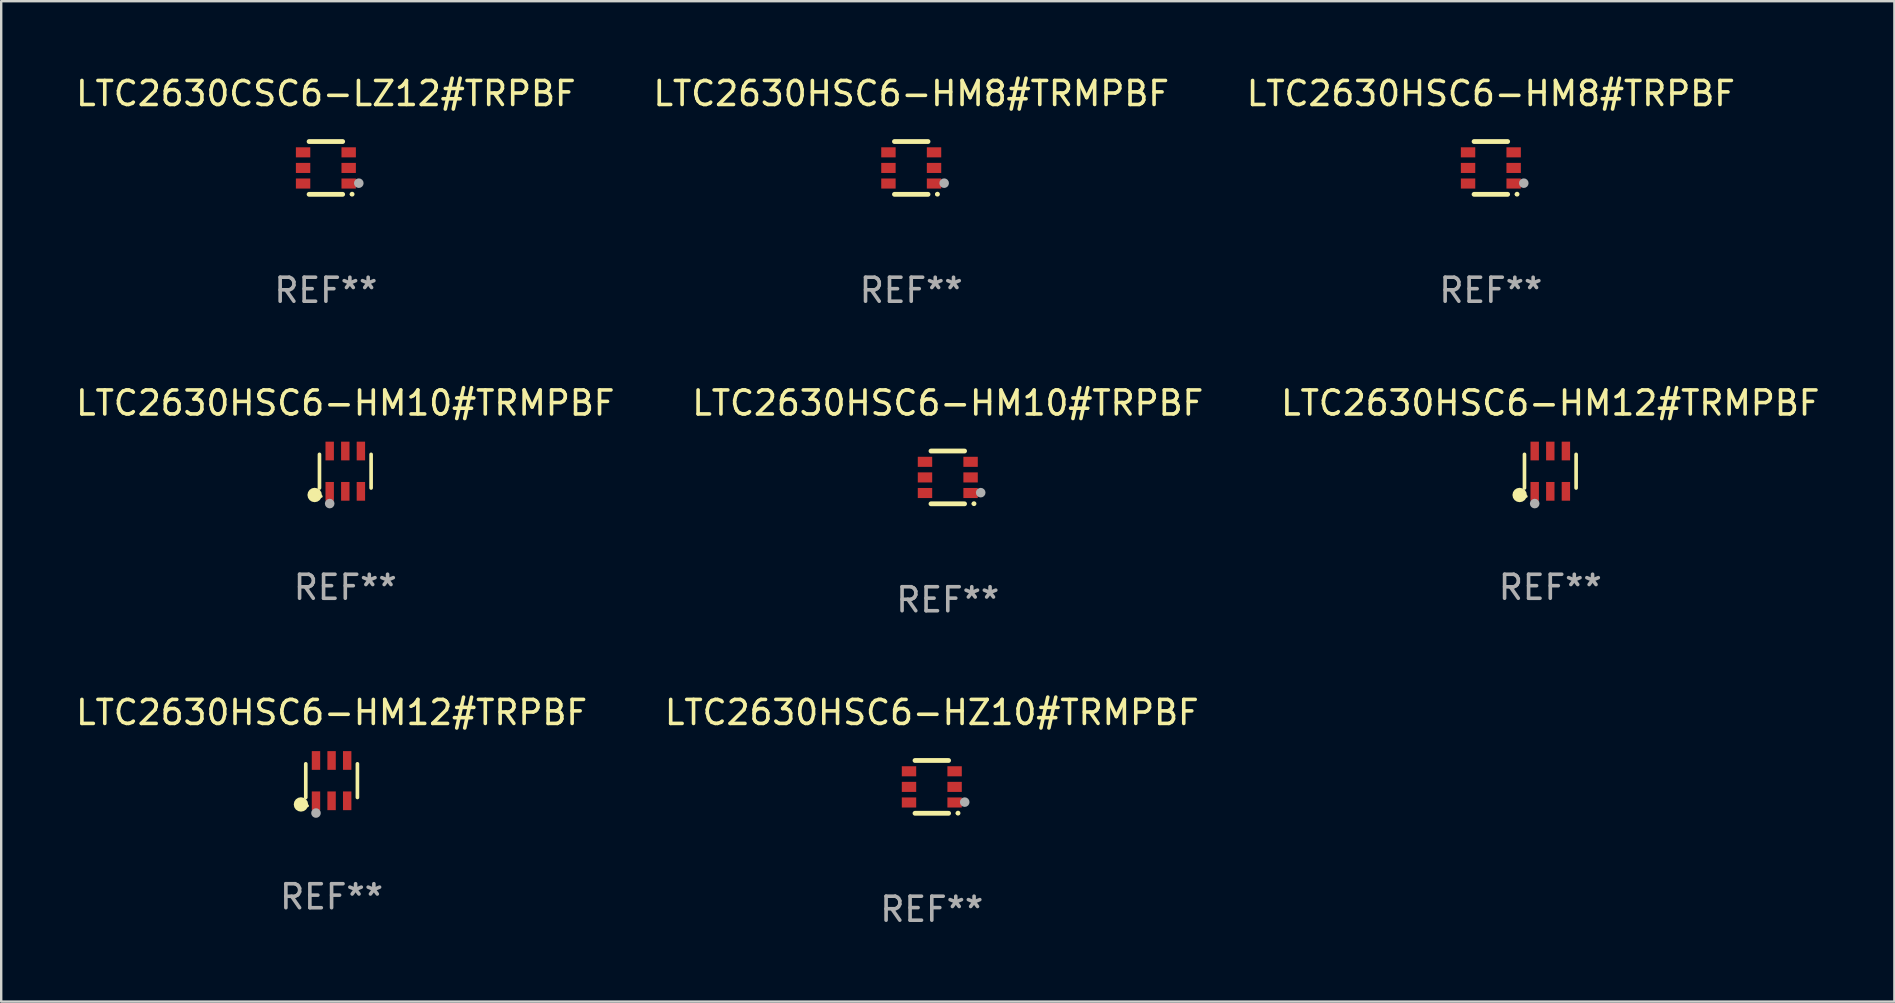
<source format=kicad_pcb>
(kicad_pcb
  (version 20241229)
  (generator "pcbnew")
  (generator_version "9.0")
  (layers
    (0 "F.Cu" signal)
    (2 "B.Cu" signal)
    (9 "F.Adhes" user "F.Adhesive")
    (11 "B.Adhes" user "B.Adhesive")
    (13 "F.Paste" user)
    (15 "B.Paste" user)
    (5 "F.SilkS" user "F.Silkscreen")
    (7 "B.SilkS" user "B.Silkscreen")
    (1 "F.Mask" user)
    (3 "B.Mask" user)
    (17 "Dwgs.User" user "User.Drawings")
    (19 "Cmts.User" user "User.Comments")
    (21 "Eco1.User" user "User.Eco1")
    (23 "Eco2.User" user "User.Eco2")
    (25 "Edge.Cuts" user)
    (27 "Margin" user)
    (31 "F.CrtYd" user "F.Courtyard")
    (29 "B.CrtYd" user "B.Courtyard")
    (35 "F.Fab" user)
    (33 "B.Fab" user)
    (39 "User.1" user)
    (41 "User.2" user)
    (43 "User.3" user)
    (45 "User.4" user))
  (footprint "LTC2630HSC6-HM12#TRMPBF"
    (layer "F.Cu")
    (at 61.554 16.585)
    (property "Reference" "LTC2630HSC6-HM12#TRMPBF" (at 0 -2.84 0) (layer "F.SilkS") (effects (font (size 1 1) (thickness 0.15))))
    (attr through_hole)
    (fp_line (start -1.076 0.701) (end -1.076 -0.701) (stroke (width 0.152) (type solid)) (layer "F.SilkS"))
    (fp_line (start 1.076 0.701) (end 1.076 -0.701) (stroke (width 0.152) (type solid)) (layer "F.SilkS"))
    (fp_circle (center -1.277 0.992) (end -1.127 0.992) (stroke (width 0.3) (type solid)) (fill no) (layer "F.SilkS"))
    (fp_circle (center -1 1.05) (end -0.97 1.05) (stroke (width 0.06) (type solid)) (fill no) (layer "F.SilkS"))
    (fp_circle (center -0.65 1.35) (end -0.55 1.35) (stroke (width 0.2) (type solid)) (fill no) (layer "F.Fab"))
    (fp_text user "REF**" (at 0 4.84 0) (layer "F.Fab") (effects (font (size 1 1) (thickness 0.15))))
    (pad "1" smd rect (at -0.65 0.84) (size 0.35 0.78) (layers "F.Cu" "F.Mask" "F.Paste"))
    (pad "2" smd rect (at 0 0.84) (size 0.35 0.78) (layers "F.Cu" "F.Mask" "F.Paste"))
    (pad "3" smd rect (at 0.65 0.84) (size 0.35 0.78) (layers "F.Cu" "F.Mask" "F.Paste"))
    (pad "4" smd rect (at 0.65 -0.84) (size 0.35 0.78) (layers "F.Cu" "F.Mask" "F.Paste"))
    (pad "5" smd rect (at 0 -0.84) (size 0.35 0.78) (layers "F.Cu" "F.Mask" "F.Paste"))
    (pad "6" smd rect (at -0.65 -0.84) (size 0.35 0.78) (layers "F.Cu" "F.Mask" "F.Paste")))
  (footprint "LTC2630HSC6-HM12#TRPBF"
    (layer "F.Cu")
    (at 10.768 29.481)
    (property "Reference" "LTC2630HSC6-HM12#TRPBF" (at 0 -2.84 0) (layer "F.SilkS") (effects (font (size 1 1) (thickness 0.15))))
    (attr through_hole)
    (fp_line (start -1.076 0.701) (end -1.076 -0.701) (stroke (width 0.152) (type solid)) (layer "F.SilkS"))
    (fp_line (start 1.076 0.701) (end 1.076 -0.701) (stroke (width 0.152) (type solid)) (layer "F.SilkS"))
    (fp_circle (center -1.277 0.992) (end -1.127 0.992) (stroke (width 0.3) (type solid)) (fill no) (layer "F.SilkS"))
    (fp_circle (center -1 1.05) (end -0.97 1.05) (stroke (width 0.06) (type solid)) (fill no) (layer "F.SilkS"))
    (fp_circle (center -0.65 1.35) (end -0.55 1.35) (stroke (width 0.2) (type solid)) (fill no) (layer "F.Fab"))
    (fp_text user "REF**" (at 0 4.84 0) (layer "F.Fab") (effects (font (size 1 1) (thickness 0.15))))
    (pad "1" smd rect (at -0.65 0.84) (size 0.35 0.78) (layers "F.Cu" "F.Mask" "F.Paste"))
    (pad "2" smd rect (at 0 0.84) (size 0.35 0.78) (layers "F.Cu" "F.Mask" "F.Paste"))
    (pad "3" smd rect (at 0.65 0.84) (size 0.35 0.78) (layers "F.Cu" "F.Mask" "F.Paste"))
    (pad "4" smd rect (at 0.65 -0.84) (size 0.35 0.78) (layers "F.Cu" "F.Mask" "F.Paste"))
    (pad "5" smd rect (at 0 -0.84) (size 0.35 0.78) (layers "F.Cu" "F.Mask" "F.Paste"))
    (pad "6" smd rect (at -0.65 -0.84) (size 0.35 0.78) (layers "F.Cu" "F.Mask" "F.Paste")))
  (footprint "LTC2630HSC6-HM8#TRPBF"
    (layer "F.Cu")
    (at 59.077 3.948)
    (property "Reference" "LTC2630HSC6-HM8#TRPBF" (at 0 -3.1 0) (layer "F.SilkS") (effects (font (size 1 1) (thickness 0.15))))
    (attr through_hole)
    (fp_line (start -0.7 -1.1) (end 0.7 -1.1) (stroke (width 0.2) (type solid)) (layer "F.SilkS"))
    (fp_line (start -0.7 1.1) (end 0.7 1.1) (stroke (width 0.2) (type solid)) (layer "F.SilkS"))
    (fp_arc (start 1.090932 1.094209) (mid 1.092202 1.094203) (end 1.093472 1.094209) (stroke (width 0.2) (type solid)) (layer "F.SilkS"))
    (fp_circle (center 1.053 1.1) (end 1.083 1.1) (stroke (width 0.06) (type solid)) (fill no) (layer "F.SilkS"))
    (fp_circle (center 1.372 0.635) (end 1.472 0.635) (stroke (width 0.2) (type solid)) (fill no) (layer "F.Fab"))
    (fp_text user "REF**" (at 0 5.1 0) (layer "F.Fab") (effects (font (size 1 1) (thickness 0.15))))
    (pad "1" smd rect (at 0.95 0.65 90) (size 0.42 0.6) (layers "F.Cu" "F.Mask" "F.Paste"))
    (pad "2" smd rect (at 0.95 0 90) (size 0.42 0.6) (layers "F.Cu" "F.Mask" "F.Paste"))
    (pad "3" smd rect (at 0.95 -0.65 90) (size 0.42 0.6) (layers "F.Cu" "F.Mask" "F.Paste"))
    (pad "4" smd rect (at -0.95 -0.65 270) (size 0.42 0.6) (layers "F.Cu" "F.Mask" "F.Paste"))
    (pad "5" smd rect (at -0.95 0 270) (size 0.42 0.6) (layers "F.Cu" "F.Mask" "F.Paste"))
    (pad "6" smd rect (at -0.95 0.65 270) (size 0.42 0.6) (layers "F.Cu" "F.Mask" "F.Paste")))
  (footprint "LTC2630HSC6-HM8#TRMPBF"
    (layer "F.Cu")
    (at 34.923 3.948)
    (property "Reference" "LTC2630HSC6-HM8#TRMPBF" (at 0 -3.1 0) (layer "F.SilkS") (effects (font (size 1 1) (thickness 0.15))))
    (attr through_hole)
    (fp_line (start -0.7 -1.1) (end 0.7 -1.1) (stroke (width 0.2) (type solid)) (layer "F.SilkS"))
    (fp_line (start -0.7 1.1) (end 0.7 1.1) (stroke (width 0.2) (type solid)) (layer "F.SilkS"))
    (fp_arc (start 1.090932 1.094209) (mid 1.092202 1.094203) (end 1.093472 1.094209) (stroke (width 0.2) (type solid)) (layer "F.SilkS"))
    (fp_circle (center 1.053 1.1) (end 1.083 1.1) (stroke (width 0.06) (type solid)) (fill no) (layer "F.SilkS"))
    (fp_circle (center 1.372 0.635) (end 1.472 0.635) (stroke (width 0.2) (type solid)) (fill no) (layer "F.Fab"))
    (fp_text user "REF**" (at 0 5.1 0) (layer "F.Fab") (effects (font (size 1 1) (thickness 0.15))))
    (pad "1" smd rect (at 0.95 0.65 90) (size 0.42 0.6) (layers "F.Cu" "F.Mask" "F.Paste"))
    (pad "2" smd rect (at 0.95 0 90) (size 0.42 0.6) (layers "F.Cu" "F.Mask" "F.Paste"))
    (pad "3" smd rect (at 0.95 -0.65 90) (size 0.42 0.6) (layers "F.Cu" "F.Mask" "F.Paste"))
    (pad "4" smd rect (at -0.95 -0.65 270) (size 0.42 0.6) (layers "F.Cu" "F.Mask" "F.Paste"))
    (pad "5" smd rect (at -0.95 0 270) (size 0.42 0.6) (layers "F.Cu" "F.Mask" "F.Paste"))
    (pad "6" smd rect (at -0.95 0.65 270) (size 0.42 0.6) (layers "F.Cu" "F.Mask" "F.Paste")))
  (footprint "LTC2630HSC6-HM10#TRPBF"
    (layer "F.Cu")
    (at 36.446 16.845)
    (property "Reference" "LTC2630HSC6-HM10#TRPBF" (at 0 -3.1 0) (layer "F.SilkS") (effects (font (size 1 1) (thickness 0.15))))
    (attr through_hole)
    (fp_line (start -0.7 -1.1) (end 0.7 -1.1) (stroke (width 0.2) (type solid)) (layer "F.SilkS"))
    (fp_line (start -0.7 1.1) (end 0.7 1.1) (stroke (width 0.2) (type solid)) (layer "F.SilkS"))
    (fp_arc (start 1.090932 1.094209) (mid 1.092202 1.094203) (end 1.093472 1.094209) (stroke (width 0.2) (type solid)) (layer "F.SilkS"))
    (fp_circle (center 1.053 1.1) (end 1.083 1.1) (stroke (width 0.06) (type solid)) (fill no) (layer "F.SilkS"))
    (fp_circle (center 1.372 0.635) (end 1.472 0.635) (stroke (width 0.2) (type solid)) (fill no) (layer "F.Fab"))
    (fp_text user "REF**" (at 0 5.1 0) (layer "F.Fab") (effects (font (size 1 1) (thickness 0.15))))
    (pad "1" smd rect (at 0.95 0.65 90) (size 0.42 0.6) (layers "F.Cu" "F.Mask" "F.Paste"))
    (pad "2" smd rect (at 0.95 0 90) (size 0.42 0.6) (layers "F.Cu" "F.Mask" "F.Paste"))
    (pad "3" smd rect (at 0.95 -0.65 90) (size 0.42 0.6) (layers "F.Cu" "F.Mask" "F.Paste"))
    (pad "4" smd rect (at -0.95 -0.65 270) (size 0.42 0.6) (layers "F.Cu" "F.Mask" "F.Paste"))
    (pad "5" smd rect (at -0.95 0 270) (size 0.42 0.6) (layers "F.Cu" "F.Mask" "F.Paste"))
    (pad "6" smd rect (at -0.95 0.65 270) (size 0.42 0.6) (layers "F.Cu" "F.Mask" "F.Paste")))
  (footprint "LTC2630HSC6-HZ10#TRMPBF"
    (layer "F.Cu")
    (at 35.78 29.741)
    (property "Reference" "LTC2630HSC6-HZ10#TRMPBF" (at 0 -3.1 0) (layer "F.SilkS") (effects (font (size 1 1) (thickness 0.15))))
    (attr through_hole)
    (fp_line (start -0.7 -1.1) (end 0.7 -1.1) (stroke (width 0.2) (type solid)) (layer "F.SilkS"))
    (fp_line (start -0.7 1.1) (end 0.7 1.1) (stroke (width 0.2) (type solid)) (layer "F.SilkS"))
    (fp_arc (start 1.090932 1.094209) (mid 1.092202 1.094203) (end 1.093472 1.094209) (stroke (width 0.2) (type solid)) (layer "F.SilkS"))
    (fp_circle (center 1.053 1.1) (end 1.083 1.1) (stroke (width 0.06) (type solid)) (fill no) (layer "F.SilkS"))
    (fp_circle (center 1.372 0.635) (end 1.472 0.635) (stroke (width 0.2) (type solid)) (fill no) (layer "F.Fab"))
    (fp_text user "REF**" (at 0 5.1 0) (layer "F.Fab") (effects (font (size 1 1) (thickness 0.15))))
    (pad "1" smd rect (at 0.95 0.65 90) (size 0.42 0.6) (layers "F.Cu" "F.Mask" "F.Paste"))
    (pad "2" smd rect (at 0.95 0 90) (size 0.42 0.6) (layers "F.Cu" "F.Mask" "F.Paste"))
    (pad "3" smd rect (at 0.95 -0.65 90) (size 0.42 0.6) (layers "F.Cu" "F.Mask" "F.Paste"))
    (pad "4" smd rect (at -0.95 -0.65 270) (size 0.42 0.6) (layers "F.Cu" "F.Mask" "F.Paste"))
    (pad "5" smd rect (at -0.95 0 270) (size 0.42 0.6) (layers "F.Cu" "F.Mask" "F.Paste"))
    (pad "6" smd rect (at -0.95 0.65 270) (size 0.42 0.6) (layers "F.Cu" "F.Mask" "F.Paste")))
  (footprint "LTC2630CSC6-LZ12#TRPBF"
    (layer "F.Cu")
    (at 10.53 3.948)
    (property "Reference" "LTC2630CSC6-LZ12#TRPBF" (at 0 -3.1 0) (layer "F.SilkS") (effects (font (size 1 1) (thickness 0.15))))
    (attr through_hole)
    (fp_line (start -0.7 -1.1) (end 0.7 -1.1) (stroke (width 0.2) (type solid)) (layer "F.SilkS"))
    (fp_line (start -0.7 1.1) (end 0.7 1.1) (stroke (width 0.2) (type solid)) (layer "F.SilkS"))
    (fp_arc (start 1.090932 1.094209) (mid 1.092202 1.094203) (end 1.093472 1.094209) (stroke (width 0.2) (type solid)) (layer "F.SilkS"))
    (fp_circle (center 1.053 1.1) (end 1.083 1.1) (stroke (width 0.06) (type solid)) (fill no) (layer "F.SilkS"))
    (fp_circle (center 1.372 0.635) (end 1.472 0.635) (stroke (width 0.2) (type solid)) (fill no) (layer "F.Fab"))
    (fp_text user "REF**" (at 0 5.1 0) (layer "F.Fab") (effects (font (size 1 1) (thickness 0.15))))
    (pad "1" smd rect (at 0.95 0.65 90) (size 0.42 0.6) (layers "F.Cu" "F.Mask" "F.Paste"))
    (pad "2" smd rect (at 0.95 0 90) (size 0.42 0.6) (layers "F.Cu" "F.Mask" "F.Paste"))
    (pad "3" smd rect (at 0.95 -0.65 90) (size 0.42 0.6) (layers "F.Cu" "F.Mask" "F.Paste"))
    (pad "4" smd rect (at -0.95 -0.65 270) (size 0.42 0.6) (layers "F.Cu" "F.Mask" "F.Paste"))
    (pad "5" smd rect (at -0.95 0 270) (size 0.42 0.6) (layers "F.Cu" "F.Mask" "F.Paste"))
    (pad "6" smd rect (at -0.95 0.65 270) (size 0.42 0.6) (layers "F.Cu" "F.Mask" "F.Paste")))
  (footprint "LTC2630HSC6-HM10#TRMPBF"
    (layer "F.Cu")
    (at 11.339 16.585)
    (property "Reference" "LTC2630HSC6-HM10#TRMPBF" (at 0 -2.84 0) (layer "F.SilkS") (effects (font (size 1 1) (thickness 0.15))))
    (attr through_hole)
    (fp_line (start -1.076 0.701) (end -1.076 -0.701) (stroke (width 0.152) (type solid)) (layer "F.SilkS"))
    (fp_line (start 1.076 0.701) (end 1.076 -0.701) (stroke (width 0.152) (type solid)) (layer "F.SilkS"))
    (fp_circle (center -1.277 0.992) (end -1.127 0.992) (stroke (width 0.3) (type solid)) (fill no) (layer "F.SilkS"))
    (fp_circle (center -1 1.05) (end -0.97 1.05) (stroke (width 0.06) (type solid)) (fill no) (layer "F.SilkS"))
    (fp_circle (center -0.65 1.35) (end -0.55 1.35) (stroke (width 0.2) (type solid)) (fill no) (layer "F.Fab"))
    (fp_text user "REF**" (at 0 4.84 0) (layer "F.Fab") (effects (font (size 1 1) (thickness 0.15))))
    (pad "1" smd rect (at -0.65 0.84) (size 0.35 0.78) (layers "F.Cu" "F.Mask" "F.Paste"))
    (pad "2" smd rect (at 0 0.84) (size 0.35 0.78) (layers "F.Cu" "F.Mask" "F.Paste"))
    (pad "3" smd rect (at 0.65 0.84) (size 0.35 0.78) (layers "F.Cu" "F.Mask" "F.Paste"))
    (pad "4" smd rect (at 0.65 -0.84) (size 0.35 0.78) (layers "F.Cu" "F.Mask" "F.Paste"))
    (pad "5" smd rect (at 0 -0.84) (size 0.35 0.78) (layers "F.Cu" "F.Mask" "F.Paste"))
    (pad "6" smd rect (at -0.65 -0.84) (size 0.35 0.78) (layers "F.Cu" "F.Mask" "F.Paste")))
  (gr_rect
    (start -3 -3)
    (end 75.893 38.69)
    (stroke (width 0.1) (type default))
    (fill no)
    (layer "Edge.Cuts")))
</source>
